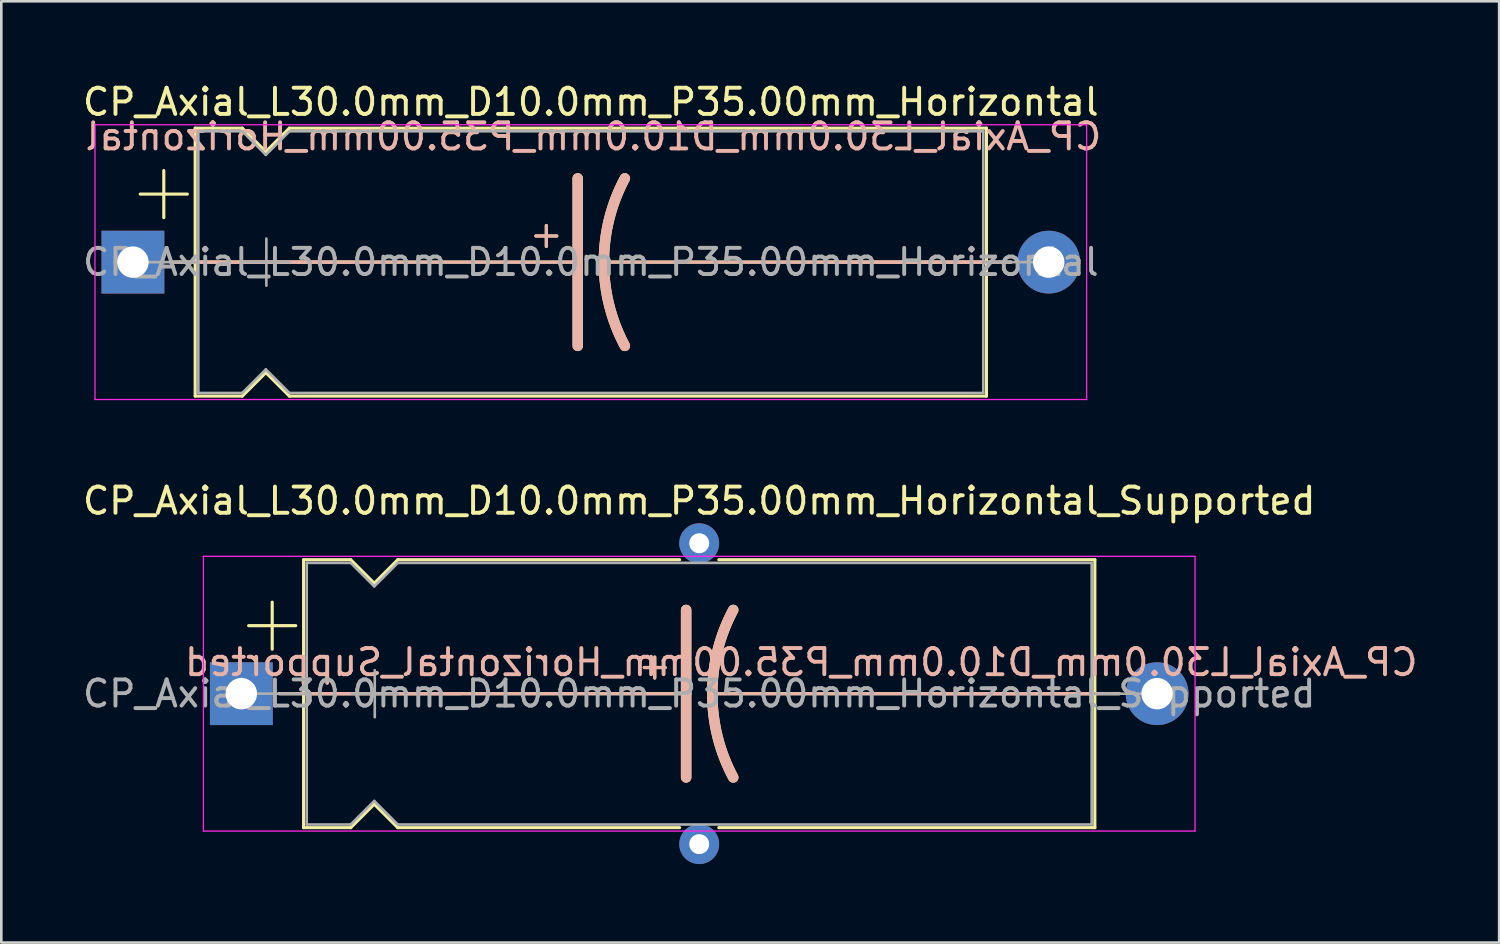
<source format=kicad_pcb>
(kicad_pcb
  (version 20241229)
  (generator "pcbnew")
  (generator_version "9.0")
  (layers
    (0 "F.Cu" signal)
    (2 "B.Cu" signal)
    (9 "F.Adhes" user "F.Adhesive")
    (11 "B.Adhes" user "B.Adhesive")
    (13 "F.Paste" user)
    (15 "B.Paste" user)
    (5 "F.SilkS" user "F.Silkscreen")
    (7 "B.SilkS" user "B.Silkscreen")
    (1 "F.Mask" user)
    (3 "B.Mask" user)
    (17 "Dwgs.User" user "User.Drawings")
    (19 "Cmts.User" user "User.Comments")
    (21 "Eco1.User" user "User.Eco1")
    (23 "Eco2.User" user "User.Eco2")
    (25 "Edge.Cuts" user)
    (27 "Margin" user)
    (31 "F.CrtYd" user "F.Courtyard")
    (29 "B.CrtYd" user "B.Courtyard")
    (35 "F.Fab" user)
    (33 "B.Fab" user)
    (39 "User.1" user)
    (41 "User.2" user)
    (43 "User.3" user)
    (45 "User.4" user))
  (footprint "CP_Axial_L30.0mm_D10.0mm_P35.00mm_Horizontal_Supported"
    (layer "F.Cu")
    (at 6.173 23.462)
    (property "Reference" "CP_Axial_L30.0mm_D10.0mm_P35.00mm_Horizontal_Supported" (at 17.5 -7.37 0) (layer "F.SilkS") (effects (font (size 1 1) (thickness 0.15))))
    (fp_line (start 0.28 -2.6) (end 2.08 -2.6) (stroke (width 0.12) (type solid)) (layer "F.SilkS"))
    (fp_line (start 1.18 -3.5) (end 1.18 -1.7) (stroke (width 0.12) (type solid)) (layer "F.SilkS"))
    (fp_line (start 1.44 0) (end 2.38 0) (stroke (width 0.12) (type solid)) (layer "F.SilkS"))
    (fp_line (start 2.38 -5.12) (end 2.38 5.12) (stroke (width 0.12) (type solid)) (layer "F.SilkS"))
    (fp_line (start 2.38 -5.12) (end 4.18 -5.12) (stroke (width 0.12) (type solid)) (layer "F.SilkS"))
    (fp_line (start 2.38 0) (end 17 0) (stroke (width 0.12) (type solid)) (layer "F.SilkS"))
    (fp_line (start 2.38 5.12) (end 4.18 5.12) (stroke (width 0.12) (type solid)) (layer "F.SilkS"))
    (fp_line (start 4.18 -5.12) (end 5.08 -4.22) (stroke (width 0.12) (type solid)) (layer "F.SilkS"))
    (fp_line (start 4.18 5.12) (end 5.08 4.22) (stroke (width 0.12) (type solid)) (layer "F.SilkS"))
    (fp_line (start 5.08 -4.22) (end 5.98 -5.12) (stroke (width 0.12) (type solid)) (layer "F.SilkS"))
    (fp_line (start 5.08 4.22) (end 5.98 5.12) (stroke (width 0.12) (type solid)) (layer "F.SilkS"))
    (fp_line (start 5.98 -5.12) (end 16.75 -5.12) (stroke (width 0.12) (type solid)) (layer "F.SilkS"))
    (fp_line (start 5.98 5.12) (end 16.75 5.12) (stroke (width 0.12) (type solid)) (layer "F.SilkS"))
    (fp_line (start 15.4 -1) (end 16.2 -1) (stroke (width 0.12) (type solid)) (layer "F.SilkS"))
    (fp_line (start 15.8 -1.4) (end 15.8 -0.6) (stroke (width 0.12) (type solid)) (layer "F.SilkS"))
    (fp_line (start 17 0) (end 17 -3.2) (stroke (width 0.4) (type solid)) (layer "F.SilkS"))
    (fp_line (start 17 0) (end 17 3.2) (stroke (width 0.4) (type solid)) (layer "F.SilkS"))
    (fp_line (start 18.25 -5.12) (end 32.62 -5.12) (stroke (width 0.12) (type solid)) (layer "F.SilkS"))
    (fp_line (start 18.25 5.12) (end 32.62 5.12) (stroke (width 0.12) (type solid)) (layer "F.SilkS"))
    (fp_line (start 32.62 -5.12) (end 32.62 5.12) (stroke (width 0.12) (type solid)) (layer "F.SilkS"))
    (fp_line (start 32.62 0) (end 18 0) (stroke (width 0.12) (type solid)) (layer "F.SilkS"))
    (fp_line (start 33.56 0) (end 32.62 0) (stroke (width 0.12) (type solid)) (layer "F.SilkS"))
    (fp_arc (start 18 0) (mid 18.203545 -1.649114) (end 18.8 -3.2) (stroke (width 0.4) (type solid)) (layer "F.SilkS"))
    (fp_arc (start 18.8 3.2) (mid 18.200704 1.649824) (end 18 0) (stroke (width 0.4) (type solid)) (layer "F.SilkS"))
    (fp_line (start 1.45 0) (end 8.38 0) (stroke (width 0.12) (type solid)) (layer "B.SilkS"))
    (fp_line (start 2.38 0) (end 17 0) (stroke (width 0.12) (type solid)) (layer "B.SilkS"))
    (fp_line (start 15.4 -1) (end 16.2 -1) (stroke (width 0.12) (type solid)) (layer "B.SilkS"))
    (fp_line (start 15.8 -0.6) (end 15.8 -1.4) (stroke (width 0.12) (type solid)) (layer "B.SilkS"))
    (fp_line (start 17 0) (end 17 -3.2) (stroke (width 0.4) (type solid)) (layer "B.SilkS"))
    (fp_line (start 17 0) (end 17 3.2) (stroke (width 0.4) (type solid)) (layer "B.SilkS"))
    (fp_line (start 32.62 0) (end 18 0) (stroke (width 0.12) (type solid)) (layer "B.SilkS"))
    (fp_line (start 33.55 0) (end 26.62 0) (stroke (width 0.12) (type solid)) (layer "B.SilkS"))
    (fp_arc (start 18 0) (mid 18.200703 -1.649824) (end 18.8 -3.2) (stroke (width 0.4) (type solid)) (layer "B.SilkS"))
    (fp_arc (start 18.8 3.2) (mid 18.203544 1.649114) (end 18 0) (stroke (width 0.4) (type solid)) (layer "B.SilkS"))
    (fp_line (start -1.45 -5.25) (end -1.45 5.25) (stroke (width 0.05) (type solid)) (layer "F.CrtYd"))
    (fp_line (start -1.45 5.25) (end 36.45 5.25) (stroke (width 0.05) (type solid)) (layer "F.CrtYd"))
    (fp_line (start 36.45 -5.25) (end -1.45 -5.25) (stroke (width 0.05) (type solid)) (layer "F.CrtYd"))
    (fp_line (start 36.45 5.25) (end 36.45 -5.25) (stroke (width 0.05) (type solid)) (layer "F.CrtYd"))
    (fp_line (start 0 0) (end 2.5 0) (stroke (width 0.1) (type solid)) (layer "F.Fab"))
    (fp_line (start 2.5 -5) (end 2.5 5) (stroke (width 0.1) (type solid)) (layer "F.Fab"))
    (fp_line (start 2.5 -5) (end 4.18 -5) (stroke (width 0.1) (type solid)) (layer "F.Fab"))
    (fp_line (start 2.5 5) (end 4.18 5) (stroke (width 0.1) (type solid)) (layer "F.Fab"))
    (fp_line (start 4.18 -5) (end 5.08 -4.1) (stroke (width 0.1) (type solid)) (layer "F.Fab"))
    (fp_line (start 4.18 5) (end 5.08 4.1) (stroke (width 0.1) (type solid)) (layer "F.Fab"))
    (fp_line (start 4.2 0) (end 6 0) (stroke (width 0.1) (type solid)) (layer "F.Fab"))
    (fp_line (start 5.08 -4.1) (end 5.98 -5) (stroke (width 0.1) (type solid)) (layer "F.Fab"))
    (fp_line (start 5.08 4.1) (end 5.98 5) (stroke (width 0.1) (type solid)) (layer "F.Fab"))
    (fp_line (start 5.1 -0.9) (end 5.1 0.9) (stroke (width 0.1) (type solid)) (layer "F.Fab"))
    (fp_line (start 5.98 -5) (end 32.5 -5) (stroke (width 0.1) (type solid)) (layer "F.Fab"))
    (fp_line (start 5.98 5) (end 32.5 5) (stroke (width 0.1) (type solid)) (layer "F.Fab"))
    (fp_line (start 32.5 -5) (end 32.5 5) (stroke (width 0.1) (type solid)) (layer "F.Fab"))
    (fp_line (start 35 0) (end 32.5 0) (stroke (width 0.1) (type solid)) (layer "F.Fab"))
    (fp_text user "${REFERENCE}" (at 21.4 -1.2 0) (layer "B.SilkS") (effects (font (size 1 1) (thickness 0.15)) (justify mirror)))
    (fp_text user "${REFERENCE}" (at 17.5 0 0) (layer "F.Fab") (effects (font (size 1 1) (thickness 0.15))))
    (pad "" thru_hole circle (at 17.5 -5.75) (size 1.524 1.524) (drill 0.762) (layers "*.Cu" "*.Mask"))
    (pad "" thru_hole circle (at 17.5 5.75) (size 1.524 1.524) (drill 0.762) (layers "*.Cu" "*.Mask"))
    (pad "1" thru_hole rect (at 0 0) (size 2.4 2.4) (drill 1.2) (layers "*.Cu" "*.Mask"))
    (pad "2" thru_hole oval (at 35 0) (size 2.4 2.4) (drill 1.2) (layers "*.Cu" "*.Mask")))
  (footprint "CP_Axial_L30.0mm_D10.0mm_P35.00mm_Horizontal"
    (layer "F.Cu")
    (at 2.03 6.968)
    (property "Reference" "CP_Axial_L30.0mm_D10.0mm_P35.00mm_Horizontal" (at 17.5 -6.12 0) (layer "F.SilkS") (effects (font (size 1 1) (thickness 0.15))))
    (fp_line (start 0.28 -2.6) (end 2.08 -2.6) (stroke (width 0.12) (type solid)) (layer "F.SilkS"))
    (fp_line (start 1.18 -3.5) (end 1.18 -1.7) (stroke (width 0.12) (type solid)) (layer "F.SilkS"))
    (fp_line (start 1.44 0) (end 2.38 0) (stroke (width 0.12) (type solid)) (layer "F.SilkS"))
    (fp_line (start 2.38 -5.12) (end 2.38 5.12) (stroke (width 0.12) (type solid)) (layer "F.SilkS"))
    (fp_line (start 2.38 -5.12) (end 4.18 -5.12) (stroke (width 0.12) (type solid)) (layer "F.SilkS"))
    (fp_line (start 2.38 0) (end 17 0) (stroke (width 0.12) (type solid)) (layer "F.SilkS"))
    (fp_line (start 2.38 5.12) (end 4.18 5.12) (stroke (width 0.12) (type solid)) (layer "F.SilkS"))
    (fp_line (start 4.18 -5.12) (end 5.08 -4.22) (stroke (width 0.12) (type solid)) (layer "F.SilkS"))
    (fp_line (start 4.18 5.12) (end 5.08 4.22) (stroke (width 0.12) (type solid)) (layer "F.SilkS"))
    (fp_line (start 5.08 -4.22) (end 5.98 -5.12) (stroke (width 0.12) (type solid)) (layer "F.SilkS"))
    (fp_line (start 5.08 4.22) (end 5.98 5.12) (stroke (width 0.12) (type solid)) (layer "F.SilkS"))
    (fp_line (start 5.98 -5.12) (end 32.62 -5.12) (stroke (width 0.12) (type solid)) (layer "F.SilkS"))
    (fp_line (start 5.98 5.12) (end 32.62 5.12) (stroke (width 0.12) (type solid)) (layer "F.SilkS"))
    (fp_line (start 15.4 -1) (end 16.2 -1) (stroke (width 0.12) (type solid)) (layer "F.SilkS"))
    (fp_line (start 15.8 -1.4) (end 15.8 -0.6) (stroke (width 0.12) (type solid)) (layer "F.SilkS"))
    (fp_line (start 17 0) (end 17 -3.2) (stroke (width 0.4) (type solid)) (layer "F.SilkS"))
    (fp_line (start 17 0) (end 17 3.2) (stroke (width 0.4) (type solid)) (layer "F.SilkS"))
    (fp_line (start 32.62 -5.12) (end 32.62 5.12) (stroke (width 0.12) (type solid)) (layer "F.SilkS"))
    (fp_line (start 32.62 0) (end 18 0) (stroke (width 0.12) (type solid)) (layer "F.SilkS"))
    (fp_line (start 33.56 0) (end 32.62 0) (stroke (width 0.12) (type solid)) (layer "F.SilkS"))
    (fp_arc (start 18 0) (mid 18.203545 -1.649114) (end 18.8 -3.2) (stroke (width 0.4) (type solid)) (layer "F.SilkS"))
    (fp_arc (start 18.8 3.2) (mid 18.200704 1.649824) (end 18 0) (stroke (width 0.4) (type solid)) (layer "F.SilkS"))
    (fp_line (start 1.45 0) (end 8.38 0) (stroke (width 0.12) (type solid)) (layer "B.SilkS"))
    (fp_line (start 2.38 0) (end 17 0) (stroke (width 0.12) (type solid)) (layer "B.SilkS"))
    (fp_line (start 15.4 -1) (end 16.2 -1) (stroke (width 0.12) (type solid)) (layer "B.SilkS"))
    (fp_line (start 15.8 -0.6) (end 15.8 -1.4) (stroke (width 0.12) (type solid)) (layer "B.SilkS"))
    (fp_line (start 17 0) (end 17 -3.2) (stroke (width 0.4) (type solid)) (layer "B.SilkS"))
    (fp_line (start 17 0) (end 17 3.2) (stroke (width 0.4) (type solid)) (layer "B.SilkS"))
    (fp_line (start 32.62 0) (end 18 0) (stroke (width 0.12) (type solid)) (layer "B.SilkS"))
    (fp_line (start 33.55 0) (end 26.62 0) (stroke (width 0.12) (type solid)) (layer "B.SilkS"))
    (fp_arc (start 18 0) (mid 18.200703 -1.649824) (end 18.8 -3.2) (stroke (width 0.4) (type solid)) (layer "B.SilkS"))
    (fp_arc (start 18.8 3.2) (mid 18.203544 1.649114) (end 18 0) (stroke (width 0.4) (type solid)) (layer "B.SilkS"))
    (fp_line (start -1.45 -5.25) (end -1.45 5.25) (stroke (width 0.05) (type solid)) (layer "F.CrtYd"))
    (fp_line (start -1.45 5.25) (end 36.45 5.25) (stroke (width 0.05) (type solid)) (layer "F.CrtYd"))
    (fp_line (start 36.45 -5.25) (end -1.45 -5.25) (stroke (width 0.05) (type solid)) (layer "F.CrtYd"))
    (fp_line (start 36.45 5.25) (end 36.45 -5.25) (stroke (width 0.05) (type solid)) (layer "F.CrtYd"))
    (fp_line (start 0 0) (end 2.5 0) (stroke (width 0.1) (type solid)) (layer "F.Fab"))
    (fp_line (start 2.5 -5) (end 2.5 5) (stroke (width 0.1) (type solid)) (layer "F.Fab"))
    (fp_line (start 2.5 -5) (end 4.18 -5) (stroke (width 0.1) (type solid)) (layer "F.Fab"))
    (fp_line (start 2.5 5) (end 4.18 5) (stroke (width 0.1) (type solid)) (layer "F.Fab"))
    (fp_line (start 4.18 -5) (end 5.08 -4.1) (stroke (width 0.1) (type solid)) (layer "F.Fab"))
    (fp_line (start 4.18 5) (end 5.08 4.1) (stroke (width 0.1) (type solid)) (layer "F.Fab"))
    (fp_line (start 4.2 0) (end 6 0) (stroke (width 0.1) (type solid)) (layer "F.Fab"))
    (fp_line (start 5.08 -4.1) (end 5.98 -5) (stroke (width 0.1) (type solid)) (layer "F.Fab"))
    (fp_line (start 5.08 4.1) (end 5.98 5) (stroke (width 0.1) (type solid)) (layer "F.Fab"))
    (fp_line (start 5.1 -0.9) (end 5.1 0.9) (stroke (width 0.1) (type solid)) (layer "F.Fab"))
    (fp_line (start 5.98 -5) (end 32.5 -5) (stroke (width 0.1) (type solid)) (layer "F.Fab"))
    (fp_line (start 5.98 5) (end 32.5 5) (stroke (width 0.1) (type solid)) (layer "F.Fab"))
    (fp_line (start 32.5 -5) (end 32.5 5) (stroke (width 0.1) (type solid)) (layer "F.Fab"))
    (fp_line (start 35 0) (end 32.5 0) (stroke (width 0.1) (type solid)) (layer "F.Fab"))
    (fp_text user "${REFERENCE}" (at 17.6 -4.8 0) (layer "B.SilkS") (effects (font (size 1 1) (thickness 0.15)) (justify mirror)))
    (fp_text user "${REFERENCE}" (at 17.5 0 0) (layer "F.Fab") (effects (font (size 1 1) (thickness 0.15))))
    (pad "1" thru_hole rect (at 0 0) (size 2.4 2.4) (drill 1.2) (layers "*.Cu" "*.Mask"))
    (pad "2" thru_hole oval (at 35 0) (size 2.4 2.4) (drill 1.2) (layers "*.Cu" "*.Mask")))
  (gr_rect
    (start -3 -3)
    (end 54.245 32.974)
    (stroke (width 0.1) (type default))
    (fill no)
    (layer "Edge.Cuts")))
</source>
